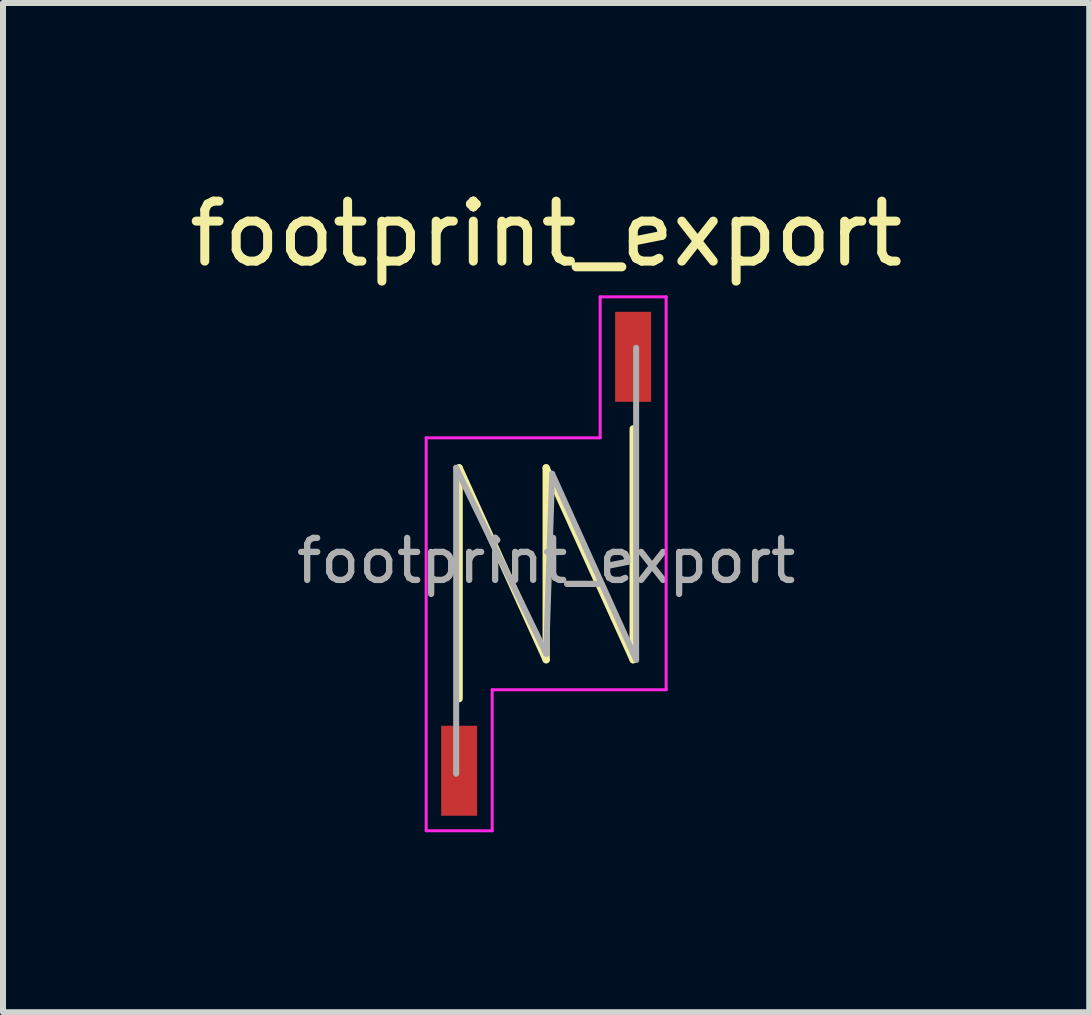
<source format=kicad_pcb>
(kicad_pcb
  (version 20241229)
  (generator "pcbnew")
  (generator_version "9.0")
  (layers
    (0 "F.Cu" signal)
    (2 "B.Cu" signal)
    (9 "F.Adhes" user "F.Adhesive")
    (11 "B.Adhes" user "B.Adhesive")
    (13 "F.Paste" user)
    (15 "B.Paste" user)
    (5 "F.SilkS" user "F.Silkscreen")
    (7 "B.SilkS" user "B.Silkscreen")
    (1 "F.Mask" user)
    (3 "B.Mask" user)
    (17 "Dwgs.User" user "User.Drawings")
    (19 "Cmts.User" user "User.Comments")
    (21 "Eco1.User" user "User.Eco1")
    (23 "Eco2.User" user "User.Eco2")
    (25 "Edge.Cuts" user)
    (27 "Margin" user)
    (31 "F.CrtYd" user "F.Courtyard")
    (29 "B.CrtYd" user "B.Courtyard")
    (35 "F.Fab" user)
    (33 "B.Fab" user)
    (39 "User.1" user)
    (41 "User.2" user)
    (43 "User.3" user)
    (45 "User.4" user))
  (footprint "footprint_export"
    (layer "F.Cu")
    (at 6.054 6.348)
    (property "Reference" "footprint_export" (at 0 -5.5 0) (layer "F.SilkS") (effects (font (size 1 1) (thickness 0.15))))
    (attr smd)
    (fp_line (start -1.45 -1.6) (end -1.45 2.25) (stroke (width 0.12) (type solid)) (layer "F.SilkS"))
    (fp_line (start -1.45 -1.6) (end 0 1.6) (stroke (width 0.12) (type solid)) (layer "F.SilkS"))
    (fp_line (start 0 -1.6) (end 0 1.6) (stroke (width 0.12) (type solid)) (layer "F.SilkS"))
    (fp_line (start 0 -1.6) (end 1.45 1.6) (stroke (width 0.12) (type solid)) (layer "F.SilkS"))
    (fp_line (start 1.45 1.6) (end 1.45 -2.25) (stroke (width 0.12) (type solid)) (layer "F.SilkS"))
    (fp_line (start -2 -2.1) (end -2 4.45) (stroke (width 0.05) (type solid)) (layer "F.CrtYd"))
    (fp_line (start -2 4.45) (end -0.9 4.45) (stroke (width 0.05) (type solid)) (layer "F.CrtYd"))
    (fp_line (start -0.9 2.1) (end 2 2.1) (stroke (width 0.05) (type solid)) (layer "F.CrtYd"))
    (fp_line (start -0.9 4.45) (end -0.9 2.1) (stroke (width 0.05) (type solid)) (layer "F.CrtYd"))
    (fp_line (start 0.9 -4.45) (end 0.9 -2.1) (stroke (width 0.05) (type solid)) (layer "F.CrtYd"))
    (fp_line (start 0.9 -2.1) (end -2 -2.1) (stroke (width 0.05) (type solid)) (layer "F.CrtYd"))
    (fp_line (start 2 -4.45) (end 0.9 -4.45) (stroke (width 0.05) (type solid)) (layer "F.CrtYd"))
    (fp_line (start 2 2.1) (end 2 -4.45) (stroke (width 0.05) (type solid)) (layer "F.CrtYd"))
    (fp_line (start -1.5 -1.6) (end 0 1.5) (stroke (width 0.1) (type solid)) (layer "F.Fab"))
    (fp_line (start -1.5 3.5) (end -1.5 -1.6) (stroke (width 0.1) (type solid)) (layer "F.Fab"))
    (fp_line (start 0 1.5) (end 0.1 -1.5) (stroke (width 0.1) (type solid)) (layer "F.Fab"))
    (fp_line (start 0.1 -1.5) (end 1.5 1.6) (stroke (width 0.1) (type solid)) (layer "F.Fab"))
    (fp_line (start 1.5 1.6) (end 1.5 -3.6) (stroke (width 0.1) (type solid)) (layer "F.Fab"))
    (fp_text user "${REFERENCE}" (at 0 -0.05 0) (layer "F.Fab") (effects (font (size 0.7 0.7) (thickness 0.105))))
    (pad "1" smd rect (at -1.45 3.45) (size 0.6 1.5) (layers "F.Cu" "F.Mask" "F.Paste"))
    (pad "2" smd rect (at 1.45 -3.45) (size 0.6 1.5) (layers "F.Cu" "F.Mask" "F.Paste")))
  (gr_rect
    (start -3 -3)
    (end 15.107 13.823)
    (stroke (width 0.1) (type default))
    (fill no)
    (layer "Edge.Cuts")))
</source>
